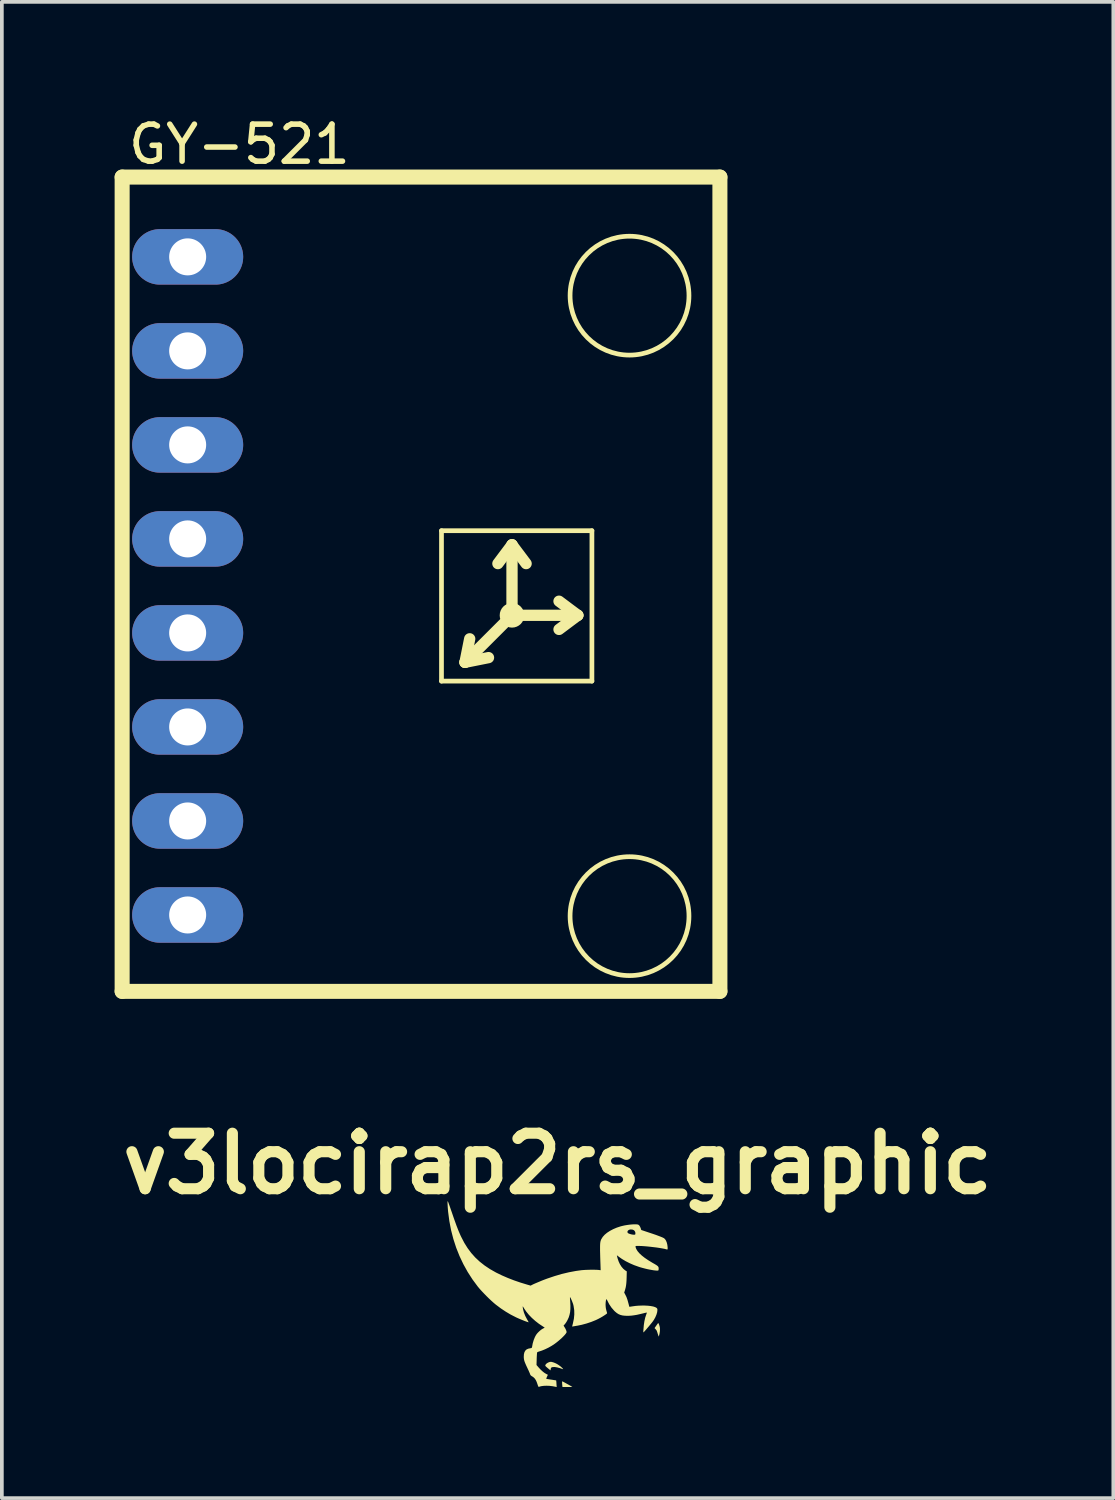
<source format=kicad_pcb>
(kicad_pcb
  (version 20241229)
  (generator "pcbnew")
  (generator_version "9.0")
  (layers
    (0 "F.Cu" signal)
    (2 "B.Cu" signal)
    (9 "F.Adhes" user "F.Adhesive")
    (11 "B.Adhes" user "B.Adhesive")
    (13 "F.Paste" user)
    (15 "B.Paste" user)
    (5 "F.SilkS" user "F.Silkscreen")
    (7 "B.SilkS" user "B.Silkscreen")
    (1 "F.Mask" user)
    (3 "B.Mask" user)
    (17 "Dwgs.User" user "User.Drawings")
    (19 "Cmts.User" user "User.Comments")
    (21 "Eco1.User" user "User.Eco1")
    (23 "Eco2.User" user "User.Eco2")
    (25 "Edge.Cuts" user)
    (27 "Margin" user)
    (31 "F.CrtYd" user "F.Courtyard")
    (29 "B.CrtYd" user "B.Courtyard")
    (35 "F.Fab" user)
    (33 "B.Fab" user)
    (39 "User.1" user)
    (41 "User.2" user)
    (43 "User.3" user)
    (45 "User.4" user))
  (footprint "v3locirap2rs_graphic"
    (layer "F.Cu")
    (at 12.014 31.888)
    (property "Reference" "v3locirap2rs_graphic" (at 0 -3.5 0) (layer "F.SilkS") (effects (font (size 1.5 1.5) (thickness 0.3))))
    (attr board_only exclude_from_pos_files exclude_from_bom)
    (fp_poly (pts (xy 0.141 2.388) (xy 0.163 2.4) (xy 0.194 2.416) (xy 0.229 2.436) (xy 0.267 2.457) (xy 0.304 2.477) (xy 0.339 2.497) (xy 0.368 2.513) (xy 0.388 2.525) (xy 0.398 2.531) (xy 0.398 2.532) (xy 0.39 2.533) (xy 0.369 2.534) (xy 0.337 2.535) (xy 0.297 2.535) (xy 0.265 2.535) (xy 0.132 2.535) (xy 0.127 2.485) (xy 0.123 2.44) (xy 0.122 2.407) (xy 0.124 2.387) (xy 0.128 2.382)) (stroke (width 0) (type solid)) (fill yes) (layer "F.SilkS"))
    (fp_poly (pts (xy 2.723 0.81) (xy 2.732 0.825) (xy 2.742 0.848) (xy 2.751 0.877) (xy 2.76 0.908) (xy 2.764 0.929) (xy 2.767 0.977) (xy 2.764 1.034) (xy 2.755 1.094) (xy 2.744 1.139) (xy 2.733 1.174) (xy 2.72 1.138) (xy 2.71 1.108) (xy 2.699 1.073) (xy 2.693 1.053) (xy 2.677 1.01) (xy 2.652 0.977) (xy 2.65 0.974) (xy 2.62 0.944) (xy 2.666 0.878) (xy 2.686 0.849) (xy 2.703 0.826) (xy 2.714 0.811) (xy 2.717 0.807)) (stroke (width 0) (type solid)) (fill yes) (layer "F.SilkS"))
    (fp_poly (pts (xy -0.163 1.857) (xy -0.119 1.868) (xy -0.069 1.887) (xy -0.016 1.913) (xy 0.036 1.946) (xy 0.084 1.982) (xy 0.109 2.004) (xy 0.129 2.024) (xy 0.144 2.041) (xy 0.151 2.052) (xy 0.148 2.055) (xy 0.146 2.054) (xy 0.062 2.025) (xy -0.01 2.006) (xy -0.071 1.996) (xy -0.091 1.995) (xy -0.131 1.997) (xy -0.157 2.003) (xy -0.173 2.015) (xy -0.183 2.036) (xy -0.186 2.054) (xy -0.191 2.086) (xy -0.26 2.03) (xy -0.288 2.006) (xy -0.312 1.985) (xy -0.327 1.969) (xy -0.332 1.962) (xy -0.329 1.94) (xy -0.313 1.916) (xy -0.287 1.893) (xy -0.254 1.874) (xy -0.216 1.86) (xy -0.199 1.856)) (stroke (width 0) (type solid)) (fill yes) (layer "F.SilkS"))
    (fp_poly (pts (xy -2.963 -2.478) (xy -2.957 -2.465) (xy -2.948 -2.443) (xy -2.937 -2.412) (xy -2.921 -2.369) (xy -2.902 -2.314) (xy -2.879 -2.246) (xy -2.857 -2.184) (xy -2.82 -2.075) (xy -2.787 -1.981) (xy -2.757 -1.898) (xy -2.731 -1.825) (xy -2.706 -1.761) (xy -2.684 -1.704) (xy -2.662 -1.651) (xy -2.64 -1.601) (xy -2.619 -1.553) (xy -2.599 -1.512) (xy -2.519 -1.358) (xy -2.43 -1.216) (xy -2.332 -1.085) (xy -2.224 -0.964) (xy -2.104 -0.852) (xy -1.972 -0.748) (xy -1.827 -0.651) (xy -1.667 -0.56) (xy -1.641 -0.547) (xy -1.499 -0.478) (xy -1.344 -0.411) (xy -1.177 -0.346) (xy -1.002 -0.286) (xy -0.825 -0.232) (xy -0.728 -0.204) (xy -0.683 -0.227) (xy -0.649 -0.244) (xy -0.603 -0.264) (xy -0.549 -0.287) (xy -0.489 -0.312) (xy -0.427 -0.338) (xy -0.366 -0.362) (xy -0.31 -0.383) (xy -0.28 -0.394) (xy -0.082 -0.461) (xy 0.115 -0.519) (xy 0.309 -0.565) (xy 0.496 -0.6) (xy 0.648 -0.621) (xy 0.698 -0.625) (xy 0.758 -0.629) (xy 0.824 -0.631) (xy 0.892 -0.633) (xy 0.959 -0.633) (xy 1.02 -0.632) (xy 1.073 -0.63) (xy 1.114 -0.627) (xy 1.116 -0.626) (xy 1.164 -0.62) (xy 1.159 -0.779) (xy 1.155 -0.893) (xy 1.152 -0.991) (xy 1.15 -1.075) (xy 1.148 -1.147) (xy 1.148 -1.208) (xy 1.148 -1.259) (xy 1.149 -1.301) (xy 1.151 -1.337) (xy 1.154 -1.366) (xy 1.158 -1.39) (xy 1.163 -1.411) (xy 1.169 -1.429) (xy 1.176 -1.447) (xy 1.183 -1.46) (xy 1.22 -1.52) (xy 1.272 -1.578) (xy 1.337 -1.632) (xy 1.355 -1.644) (xy 1.888 -1.644) (xy 1.901 -1.624) (xy 1.907 -1.619) (xy 1.933 -1.607) (xy 1.968 -1.595) (xy 2.008 -1.585) (xy 2.045 -1.58) (xy 2.068 -1.579) (xy 2.089 -1.581) (xy 2.099 -1.587) (xy 2.102 -1.603) (xy 2.103 -1.61) (xy 2.099 -1.65) (xy 2.082 -1.682) (xy 2.054 -1.706) (xy 2.017 -1.719) (xy 1.972 -1.721) (xy 1.951 -1.718) (xy 1.921 -1.706) (xy 1.9 -1.688) (xy 1.888 -1.666) (xy 1.888 -1.644) (xy 1.355 -1.644) (xy 1.415 -1.683) (xy 1.502 -1.729) (xy 1.598 -1.77) (xy 1.701 -1.804) (xy 1.751 -1.817) (xy 1.814 -1.831) (xy 1.88 -1.842) (xy 1.946 -1.851) (xy 2.009 -1.857) (xy 2.067 -1.86) (xy 2.117 -1.86) (xy 2.156 -1.857) (xy 2.182 -1.85) (xy 2.184 -1.849) (xy 2.206 -1.831) (xy 2.227 -1.799) (xy 2.245 -1.759) (xy 2.251 -1.741) (xy 2.261 -1.707) (xy 2.461 -1.64) (xy 2.567 -1.605) (xy 2.657 -1.574) (xy 2.732 -1.546) (xy 2.792 -1.523) (xy 2.838 -1.504) (xy 2.869 -1.488) (xy 2.878 -1.483) (xy 2.906 -1.456) (xy 2.931 -1.416) (xy 2.951 -1.366) (xy 2.965 -1.309) (xy 2.973 -1.247) (xy 2.974 -1.217) (xy 2.973 -1.192) (xy 2.969 -1.181) (xy 2.956 -1.18) (xy 2.933 -1.186) (xy 2.887 -1.198) (xy 2.828 -1.209) (xy 2.758 -1.221) (xy 2.68 -1.233) (xy 2.597 -1.243) (xy 2.512 -1.253) (xy 2.427 -1.262) (xy 2.345 -1.269) (xy 2.269 -1.274) (xy 2.202 -1.276) (xy 2.194 -1.276) (xy 2.156 -1.277) (xy 2.131 -1.276) (xy 2.117 -1.274) (xy 2.109 -1.27) (xy 2.106 -1.264) (xy 2.106 -1.26) (xy 2.108 -1.244) (xy 2.116 -1.219) (xy 2.127 -1.192) (xy 2.16 -1.137) (xy 2.209 -1.079) (xy 2.274 -1.018) (xy 2.354 -0.955) (xy 2.45 -0.89) (xy 2.561 -0.822) (xy 2.616 -0.791) (xy 2.661 -0.764) (xy 2.693 -0.742) (xy 2.714 -0.723) (xy 2.726 -0.703) (xy 2.731 -0.681) (xy 2.731 -0.662) (xy 2.73 -0.638) (xy 2.727 -0.62) (xy 2.725 -0.617) (xy 2.713 -0.611) (xy 2.687 -0.609) (xy 2.65 -0.612) (xy 2.602 -0.617) (xy 2.548 -0.626) (xy 2.487 -0.637) (xy 2.423 -0.65) (xy 2.357 -0.666) (xy 2.292 -0.683) (xy 2.228 -0.701) (xy 2.186 -0.715) (xy 2.066 -0.758) (xy 1.951 -0.808) (xy 1.842 -0.863) (xy 1.743 -0.922) (xy 1.657 -0.982) (xy 1.634 -1) (xy 1.616 -1.014) (xy 1.605 -1.021) (xy 1.603 -1.021) (xy 1.604 -1.013) (xy 1.609 -0.992) (xy 1.616 -0.963) (xy 1.621 -0.942) (xy 1.649 -0.859) (xy 1.685 -0.782) (xy 1.727 -0.715) (xy 1.775 -0.659) (xy 1.827 -0.616) (xy 1.833 -0.612) (xy 1.87 -0.589) (xy 1.866 -0.427) (xy 1.863 -0.344) (xy 1.858 -0.273) (xy 1.851 -0.212) (xy 1.841 -0.156) (xy 1.827 -0.102) (xy 1.818 -0.071) (xy 1.8 -0.016) (xy 1.826 0.032) (xy 1.861 0.103) (xy 1.89 0.186) (xy 1.915 0.276) (xy 1.924 0.311) (xy 1.931 0.34) (xy 1.936 0.36) (xy 1.938 0.366) (xy 1.947 0.367) (xy 1.968 0.365) (xy 1.998 0.36) (xy 2.025 0.356) (xy 2.102 0.345) (xy 2.186 0.338) (xy 2.272 0.335) (xy 2.357 0.335) (xy 2.439 0.339) (xy 2.513 0.347) (xy 2.577 0.359) (xy 2.605 0.366) (xy 2.647 0.382) (xy 2.675 0.398) (xy 2.691 0.416) (xy 2.697 0.44) (xy 2.698 0.45) (xy 2.691 0.513) (xy 2.671 0.582) (xy 2.64 0.654) (xy 2.599 0.726) (xy 2.569 0.769) (xy 2.55 0.794) (xy 2.523 0.827) (xy 2.491 0.866) (xy 2.456 0.908) (xy 2.42 0.95) (xy 2.386 0.99) (xy 2.357 1.023) (xy 2.334 1.048) (xy 2.326 1.056) (xy 2.321 1.06) (xy 2.318 1.057) (xy 2.317 1.044) (xy 2.317 1.02) (xy 2.32 0.983) (xy 2.33 0.865) (xy 2.346 0.759) (xy 2.367 0.664) (xy 2.393 0.584) (xy 2.395 0.579) (xy 2.405 0.552) (xy 2.411 0.533) (xy 2.412 0.524) (xy 2.412 0.524) (xy 2.403 0.525) (xy 2.382 0.529) (xy 2.353 0.535) (xy 2.332 0.541) (xy 2.231 0.565) (xy 2.143 0.585) (xy 2.065 0.598) (xy 1.995 0.607) (xy 1.932 0.611) (xy 1.905 0.612) (xy 1.826 0.61) (xy 1.758 0.603) (xy 1.701 0.589) (xy 1.65 0.568) (xy 1.602 0.538) (xy 1.554 0.498) (xy 1.531 0.476) (xy 1.457 0.391) (xy 1.394 0.297) (xy 1.356 0.223) (xy 1.342 0.195) (xy 1.331 0.174) (xy 1.324 0.163) (xy 1.323 0.163) (xy 1.315 0.17) (xy 1.308 0.191) (xy 1.303 0.222) (xy 1.299 0.26) (xy 1.297 0.302) (xy 1.297 0.313) (xy 1.299 0.352) (xy 1.302 0.387) (xy 1.308 0.424) (xy 1.318 0.466) (xy 1.333 0.518) (xy 1.337 0.533) (xy 1.337 0.542) (xy 1.332 0.551) (xy 1.318 0.563) (xy 1.294 0.58) (xy 1.266 0.599) (xy 1.209 0.635) (xy 1.159 0.664) (xy 1.112 0.689) (xy 1.062 0.714) (xy 1.027 0.73) (xy 0.91 0.777) (xy 0.784 0.819) (xy 0.655 0.854) (xy 0.529 0.88) (xy 0.52 0.881) (xy 0.483 0.887) (xy 0.45 0.893) (xy 0.425 0.897) (xy 0.418 0.898) (xy 0.393 0.902) (xy 0.415 0.814) (xy 0.441 0.69) (xy 0.452 0.573) (xy 0.45 0.461) (xy 0.434 0.353) (xy 0.427 0.321) (xy 0.418 0.289) (xy 0.405 0.254) (xy 0.391 0.217) (xy 0.376 0.181) (xy 0.362 0.15) (xy 0.35 0.125) (xy 0.34 0.111) (xy 0.335 0.109) (xy 0.335 0.118) (xy 0.335 0.14) (xy 0.337 0.173) (xy 0.34 0.213) (xy 0.342 0.237) (xy 0.347 0.34) (xy 0.346 0.431) (xy 0.339 0.512) (xy 0.323 0.586) (xy 0.301 0.656) (xy 0.272 0.719) (xy 0.252 0.757) (xy 0.229 0.794) (xy 0.207 0.825) (xy 0.199 0.835) (xy 0.162 0.877) (xy 0.189 0.92) (xy 0.214 0.963) (xy 0.232 1.003) (xy 0.242 1.037) (xy 0.244 1.052) (xy 0.238 1.07) (xy 0.22 1.097) (xy 0.193 1.13) (xy 0.157 1.168) (xy 0.116 1.209) (xy 0.069 1.251) (xy 0.019 1.294) (xy -0.032 1.335) (xy -0.075 1.367) (xy -0.156 1.421) (xy -0.244 1.471) (xy -0.335 1.515) (xy -0.423 1.551) (xy -0.49 1.573) (xy -0.519 1.582) (xy -0.541 1.592) (xy -0.552 1.6) (xy -0.552 1.601) (xy -0.554 1.612) (xy -0.557 1.637) (xy -0.559 1.673) (xy -0.562 1.718) (xy -0.564 1.768) (xy -0.564 1.777) (xy -0.569 1.941) (xy -0.521 1.997) (xy -0.468 2.055) (xy -0.414 2.106) (xy -0.362 2.148) (xy -0.316 2.177) (xy -0.313 2.179) (xy -0.262 2.205) (xy -0.286 2.258) (xy -0.297 2.284) (xy -0.304 2.304) (xy -0.306 2.313) (xy -0.306 2.313) (xy -0.297 2.316) (xy -0.275 2.32) (xy -0.242 2.325) (xy -0.201 2.332) (xy -0.171 2.336) (xy -0.126 2.343) (xy -0.088 2.349) (xy -0.059 2.353) (xy -0.041 2.357) (xy -0.037 2.358) (xy -0.036 2.366) (xy -0.034 2.388) (xy -0.031 2.419) (xy -0.03 2.449) (xy -0.024 2.537) (xy -0.043 2.532) (xy -0.128 2.515) (xy -0.214 2.504) (xy -0.298 2.501) (xy -0.377 2.504) (xy -0.448 2.514) (xy -0.505 2.531) (xy -0.512 2.531) (xy -0.519 2.523) (xy -0.527 2.506) (xy -0.538 2.476) (xy -0.544 2.456) (xy -0.566 2.395) (xy -0.589 2.347) (xy -0.615 2.308) (xy -0.645 2.277) (xy -0.683 2.25) (xy -0.699 2.241) (xy -0.722 2.224) (xy -0.737 2.203) (xy -0.744 2.183) (xy -0.752 2.162) (xy -0.766 2.13) (xy -0.783 2.091) (xy -0.804 2.047) (xy -0.816 2.021) (xy -0.847 1.955) (xy -0.871 1.9) (xy -0.889 1.855) (xy -0.901 1.817) (xy -0.908 1.782) (xy -0.912 1.749) (xy -0.913 1.719) (xy -0.909 1.65) (xy -0.895 1.595) (xy -0.871 1.552) (xy -0.837 1.52) (xy -0.792 1.5) (xy -0.768 1.495) (xy -0.733 1.488) (xy -0.711 1.483) (xy -0.698 1.476) (xy -0.692 1.465) (xy -0.688 1.448) (xy -0.687 1.44) (xy -0.67 1.351) (xy -0.643 1.262) (xy -0.612 1.186) (xy -0.59 1.144) (xy -0.569 1.111) (xy -0.544 1.08) (xy -0.513 1.048) (xy -0.475 1.013) (xy -0.437 0.983) (xy -0.403 0.961) (xy -0.4 0.96) (xy -0.375 0.947) (xy -0.357 0.936) (xy -0.349 0.931) (xy -0.349 0.93) (xy -0.356 0.925) (xy -0.373 0.914) (xy -0.397 0.899) (xy -0.399 0.897) (xy -0.503 0.828) (xy -0.602 0.751) (xy -0.695 0.668) (xy -0.778 0.582) (xy -0.85 0.493) (xy -0.909 0.405) (xy -0.92 0.386) (xy -0.932 0.366) (xy -0.939 0.358) (xy -0.942 0.364) (xy -0.941 0.384) (xy -0.935 0.418) (xy -0.931 0.441) (xy -0.908 0.526) (xy -0.872 0.616) (xy -0.825 0.706) (xy -0.807 0.737) (xy -0.793 0.763) (xy -0.785 0.78) (xy -0.783 0.786) (xy -0.792 0.785) (xy -0.814 0.778) (xy -0.846 0.767) (xy -0.885 0.753) (xy -0.93 0.735) (xy -0.977 0.716) (xy -1.025 0.696) (xy -1.071 0.676) (xy -1.113 0.657) (xy -1.127 0.65) (xy -1.268 0.578) (xy -1.401 0.499) (xy -1.532 0.412) (xy -1.664 0.313) (xy -1.678 0.302) (xy -1.73 0.258) (xy -1.789 0.205) (xy -1.854 0.144) (xy -1.92 0.079) (xy -1.985 0.012) (xy -2.047 -0.053) (xy -2.103 -0.115) (xy -2.15 -0.171) (xy -2.155 -0.177) (xy -2.298 -0.37) (xy -2.428 -0.572) (xy -2.545 -0.783) (xy -2.649 -1.002) (xy -2.739 -1.228) (xy -2.815 -1.462) (xy -2.877 -1.702) (xy -2.924 -1.948) (xy -2.957 -2.199) (xy -2.966 -2.304) (xy -2.969 -2.35) (xy -2.971 -2.395) (xy -2.973 -2.434) (xy -2.973 -2.462) (xy -2.972 -2.468) (xy -2.972 -2.478) (xy -2.97 -2.484) (xy -2.968 -2.484)) (stroke (width 0) (type solid)) (fill yes) (layer "F.SilkS")))
  (footprint "GY-521"
    (layer "F.Cu")
    (at 0.25 23.734)
    (property "Reference" "GY-521" (at 3.167 -22.885 0) (layer "F.SilkS") (effects (font (size 1 1) (thickness 0.15))))
    (attr through_hole)
    (fp_line (start 0 -22) (end 0 0) (stroke (width 0.406) (type solid)) (layer "F.SilkS"))
    (fp_line (start 0 0) (end 16.15 0) (stroke (width 0.406) (type solid)) (layer "F.SilkS"))
    (fp_line (start 8.628 -12.446) (end 8.628 -8.382) (stroke (width 0.127) (type solid)) (layer "F.SilkS"))
    (fp_line (start 8.628 -8.382) (end 12.692 -8.382) (stroke (width 0.127) (type solid)) (layer "F.SilkS"))
    (fp_line (start 9.263 -8.89) (end 9.39 -9.525) (stroke (width 0.305) (type solid)) (layer "F.SilkS"))
    (fp_line (start 9.263 -8.89) (end 9.898 -9.017) (stroke (width 0.305) (type solid)) (layer "F.SilkS"))
    (fp_line (start 10.533 -12.065) (end 10.152 -11.557) (stroke (width 0.305) (type solid)) (layer "F.SilkS"))
    (fp_line (start 10.533 -10.16) (end 9.263 -8.89) (stroke (width 0.305) (type solid)) (layer "F.SilkS"))
    (fp_line (start 10.533 -10.16) (end 10.533 -12.065) (stroke (width 0.305) (type solid)) (layer "F.SilkS"))
    (fp_line (start 10.533 -10.16) (end 12.311 -10.16) (stroke (width 0.305) (type solid)) (layer "F.SilkS"))
    (fp_line (start 10.914 -11.557) (end 10.533 -12.065) (stroke (width 0.305) (type solid)) (layer "F.SilkS"))
    (fp_line (start 11.803 -10.541) (end 12.311 -10.16) (stroke (width 0.305) (type solid)) (layer "F.SilkS"))
    (fp_line (start 12.311 -10.16) (end 11.803 -9.779) (stroke (width 0.305) (type solid)) (layer "F.SilkS"))
    (fp_line (start 12.692 -12.446) (end 8.628 -12.446) (stroke (width 0.127) (type solid)) (layer "F.SilkS"))
    (fp_line (start 12.692 -8.382) (end 12.692 -12.446) (stroke (width 0.127) (type solid)) (layer "F.SilkS"))
    (fp_line (start 16.15 -22) (end 0 -22) (stroke (width 0.406) (type solid)) (layer "F.SilkS"))
    (fp_line (start 16.15 0) (end 16.15 -22) (stroke (width 0.406) (type solid)) (layer "F.SilkS"))
    (fp_circle (center 10.533 -10.16) (end 10.713 -10.16) (stroke (width 0.305) (type solid)) (fill no) (layer "F.SilkS"))
    (fp_circle (center 13.708 -18.796) (end 15.314 -18.796) (stroke (width 0.127) (type solid)) (fill no) (layer "F.SilkS"))
    (fp_circle (center 13.708 -2.032) (end 15.314 -2.032) (stroke (width 0.127) (type solid)) (fill no) (layer "F.SilkS"))
    (pad "AD0" thru_hole oval (at 1.77 -4.604) (size 3 1.5) (drill 1) (layers "*.Cu" "*.Mask"))
    (pad "GND" thru_hole oval (at 1.77 -17.304) (size 3 1.5) (drill 1) (layers "*.Cu" "*.Mask"))
    (pad "INT" thru_hole oval (at 1.77 -2.064) (size 3 1.5) (drill 1) (layers "*.Cu" "*.Mask"))
    (pad "SCL" thru_hole oval (at 1.77 -14.764) (size 3 1.5) (drill 1) (layers "*.Cu" "*.Mask"))
    (pad "SDA" thru_hole oval (at 1.77 -12.224) (size 3 1.5) (drill 1) (layers "*.Cu" "*.Mask"))
    (pad "VCC" thru_hole oval (at 1.77 -19.844) (size 3 1.5) (drill 1) (layers "*.Cu" "*.Mask"))
    (pad "XCL" thru_hole oval (at 1.77 -7.144) (size 3 1.5) (drill 1) (layers "*.Cu" "*.Mask"))
    (pad "XDA" thru_hole oval (at 1.77 -9.684) (size 3 1.5) (drill 1) (layers "*.Cu" "*.Mask")))
  (gr_rect
    (start -3 -3)
    (end 27.029 37.425)
    (stroke (width 0.1) (type default))
    (fill no)
    (layer "Edge.Cuts")))
</source>
